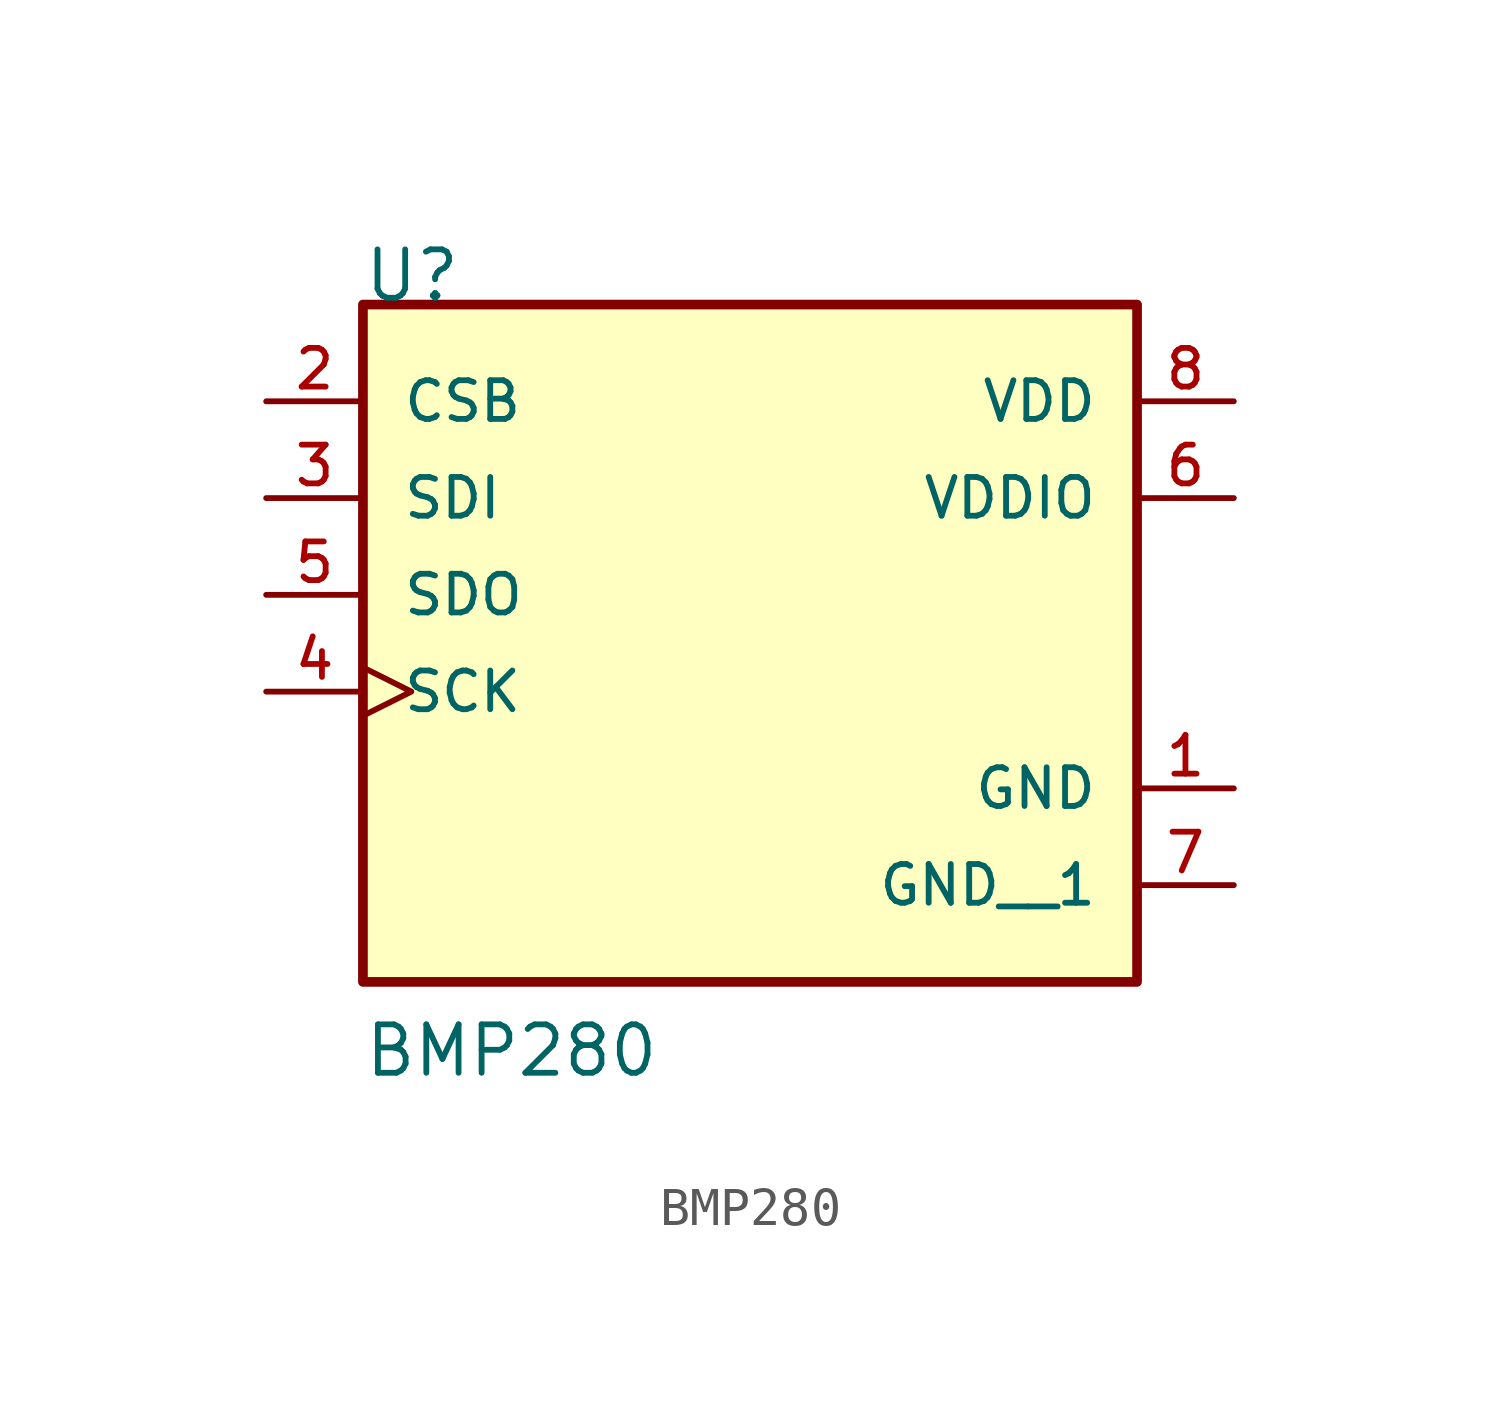
<source format=kicad_sym>
(kicad_symbol_lib
  (version 20211014)
  (generator kicad_symbol_editor)
  (symbol "BMP280"
    (pin_names
      (offset 1.016))
    (property "Reference" "U"
      (at -10.18 7.635 0)
      (effects (font (size 1.27 1.27)) (justify bottom left)))
    (property "Value" "BMP280"
      (at -10.169 -12.709 0)
      (effects (font (size 1.27 1.27)) (justify bottom left)))
    (symbol "BMP280_0_0"
      (rectangle (start -10.16 -10.16) (end 10.16 7.62) (stroke (width 0.254)) (fill (type background)))
      (pin power_in line (at 12.7 5.08 180.0) (length 2.54) (name "VDD" (effects (font (size 1.016 1.016)))) (number "8" (effects (font (size 1.016 1.016)))))
      (pin power_in line (at 12.7 -5.08 180.0) (length 2.54) (name "GND" (effects (font (size 1.016 1.016)))) (number "1" (effects (font (size 1.016 1.016)))))
      (pin bidirectional line (at -12.7 0.0 0) (length 2.54) (name "SDO" (effects (font (size 1.016 1.016)))) (number "5" (effects (font (size 1.016 1.016)))))
      (pin bidirectional line (at -12.7 2.54 0) (length 2.54) (name "SDI" (effects (font (size 1.016 1.016)))) (number "3" (effects (font (size 1.016 1.016)))))
      (pin input clock (at -12.7 -2.54 0) (length 2.54) (name "SCK" (effects (font (size 1.016 1.016)))) (number "4" (effects (font (size 1.016 1.016)))))
      (pin input line (at -12.7 5.08 0) (length 2.54) (name "CSB" (effects (font (size 1.016 1.016)))) (number "2" (effects (font (size 1.016 1.016)))))
      (pin power_in line (at 12.7 2.54 180.0) (length 2.54) (name "VDDIO" (effects (font (size 1.016 1.016)))) (number "6" (effects (font (size 1.016 1.016)))))
      (pin power_in line (at 12.7 -7.62 180.0) (length 2.54) (name "GND__1" (effects (font (size 1.016 1.016)))) (number "7" (effects (font (size 1.016 1.016))))))))
</source>
